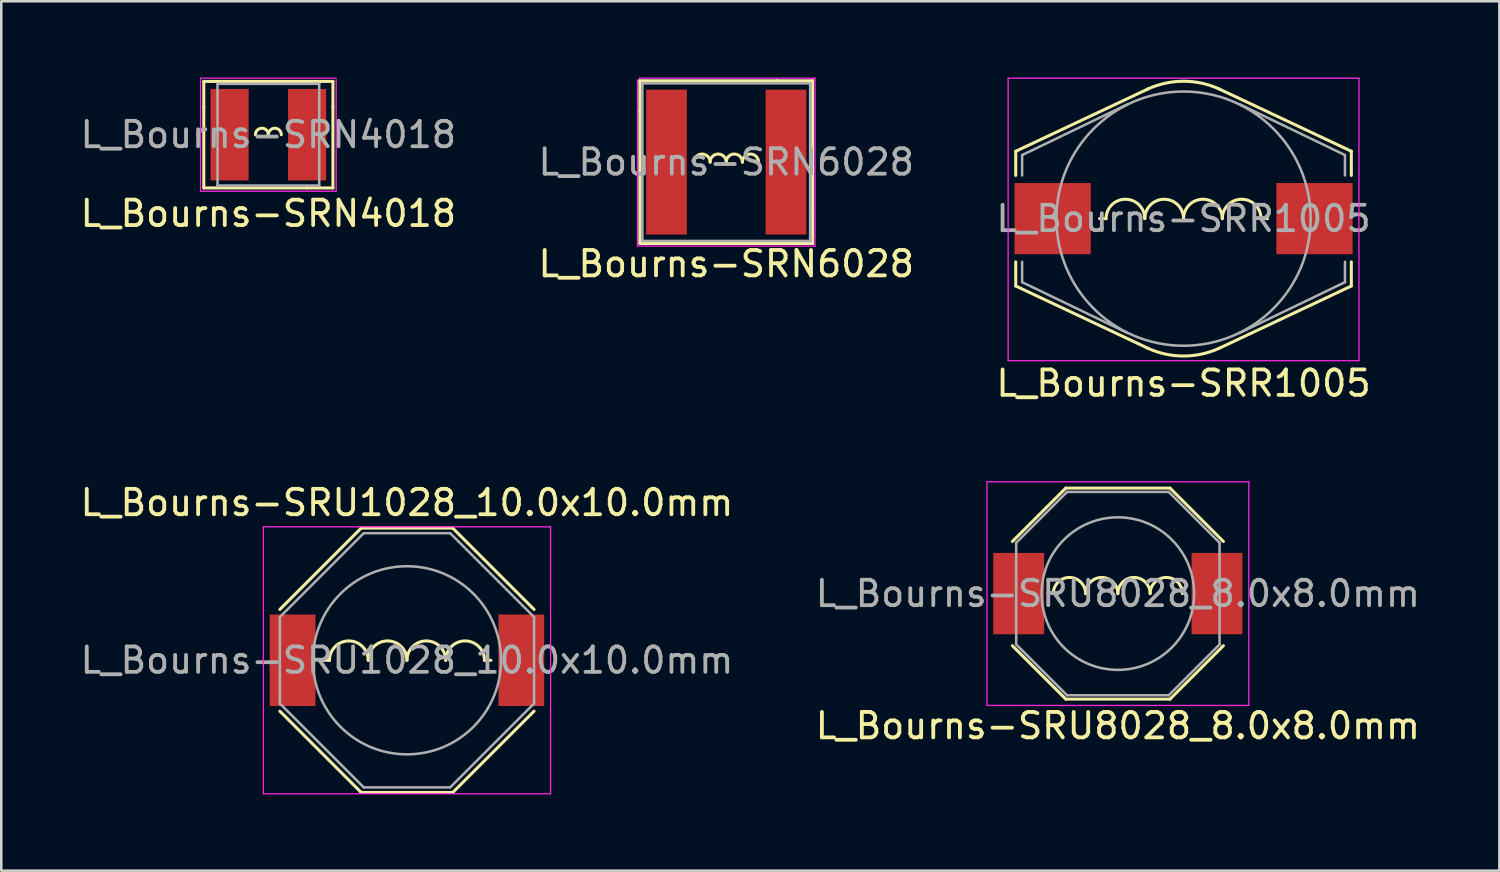
<source format=kicad_pcb>
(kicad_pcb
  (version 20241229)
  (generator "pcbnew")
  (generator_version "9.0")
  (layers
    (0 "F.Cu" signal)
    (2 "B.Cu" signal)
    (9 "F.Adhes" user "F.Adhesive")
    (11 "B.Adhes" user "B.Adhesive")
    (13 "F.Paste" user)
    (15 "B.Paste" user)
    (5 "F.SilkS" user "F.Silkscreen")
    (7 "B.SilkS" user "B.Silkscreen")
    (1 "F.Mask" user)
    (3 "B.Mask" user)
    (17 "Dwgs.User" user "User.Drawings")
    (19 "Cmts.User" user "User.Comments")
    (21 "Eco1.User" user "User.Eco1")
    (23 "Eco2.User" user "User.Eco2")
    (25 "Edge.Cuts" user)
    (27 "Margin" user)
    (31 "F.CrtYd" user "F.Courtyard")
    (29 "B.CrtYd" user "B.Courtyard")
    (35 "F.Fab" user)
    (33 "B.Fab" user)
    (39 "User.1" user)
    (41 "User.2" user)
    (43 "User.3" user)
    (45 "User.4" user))
  (footprint "L_Bourns-SRN4018"
    (layer "F.Cu")
    (at 7.506 2.248)
    (property "Reference" "L_Bourns-SRN4018" (at 0 3.1 0) (layer "F.SilkS") (effects (font (size 1 1) (thickness 0.15))))
    (attr smd)
    (fp_line (start -2.54 -2.095) (end -2.54 -1.085) (stroke (width 0.12) (type solid)) (layer "F.SilkS"))
    (fp_line (start -2.54 -2.095) (end 1.36 -2.095) (stroke (width 0.12) (type solid)) (layer "F.SilkS"))
    (fp_line (start -2.54 2.095) (end -2.54 -1.085) (stroke (width 0.12) (type solid)) (layer "F.SilkS"))
    (fp_line (start -2.54 2.095) (end 1.524 2.095) (stroke (width 0.12) (type solid)) (layer "F.SilkS"))
    (fp_line (start 2.54 -2.095) (end 1.36 -2.095) (stroke (width 0.12) (type solid)) (layer "F.SilkS"))
    (fp_line (start 2.54 -2.095) (end 2.54 -1.085) (stroke (width 0.12) (type solid)) (layer "F.SilkS"))
    (fp_line (start 2.54 2.095) (end 1.515 2.095) (stroke (width 0.12) (type solid)) (layer "F.SilkS"))
    (fp_line (start 2.54 2.095) (end 2.54 -1.085) (stroke (width 0.12) (type solid)) (layer "F.SilkS"))
    (fp_arc (start -0.508 0) (mid -0.254 -0.254) (end 0 0) (stroke (width 0.12) (type solid)) (layer "F.SilkS"))
    (fp_arc (start 0 0) (mid 0.254 -0.254) (end 0.508 0) (stroke (width 0.12) (type solid)) (layer "F.SilkS"))
    (fp_line (start -2.667 -2.223) (end -2.667 2.223) (stroke (width 0.05) (type solid)) (layer "F.CrtYd"))
    (fp_line (start -2.667 -2.223) (end 2.667 -2.223) (stroke (width 0.05) (type solid)) (layer "F.CrtYd"))
    (fp_line (start -2.647 2.223) (end 2.667 2.223) (stroke (width 0.05) (type solid)) (layer "F.CrtYd"))
    (fp_line (start 2.667 -2.159) (end 2.667 2.223) (stroke (width 0.05) (type solid)) (layer "F.CrtYd"))
    (fp_line (start -2 -2) (end -2 2) (stroke (width 0.1) (type solid)) (layer "F.Fab"))
    (fp_line (start -2 -2) (end 2 -2) (stroke (width 0.1) (type solid)) (layer "F.Fab"))
    (fp_line (start 2 -2) (end 2 2) (stroke (width 0.1) (type solid)) (layer "F.Fab"))
    (fp_line (start 2 2) (end -2 2) (stroke (width 0.1) (type solid)) (layer "F.Fab"))
    (fp_text user "${REFERENCE}" (at 0 0 0) (layer "F.Fab") (effects (font (size 1 1) (thickness 0.15))))
    (pad "1" smd rect (at -1.525 0) (size 1.5 3.6) (layers "F.Cu" "F.Mask" "F.Paste"))
    (pad "2" smd rect (at 1.525 0) (size 1.5 3.6) (layers "F.Cu" "F.Mask" "F.Paste")))
  (footprint "L_Bourns-SRR1005"
    (layer "F.Cu")
    (at 43.506 5.55)
    (property "Reference" "L_Bourns-SRR1005" (at 0 6.477 0) (layer "F.SilkS") (effects (font (size 1 1) (thickness 0.15))))
    (attr smd)
    (fp_line (start -6.6 -2.65) (end -6.6 -1.7) (stroke (width 0.12) (type solid)) (layer "F.SilkS"))
    (fp_line (start -6.6 -2.65) (end -1.4 -5.1) (stroke (width 0.12) (type solid)) (layer "F.SilkS"))
    (fp_line (start -6.6 2.65) (end -6.6 1.7) (stroke (width 0.12) (type solid)) (layer "F.SilkS"))
    (fp_line (start -6.6 2.65) (end -1.4 5.1) (stroke (width 0.12) (type solid)) (layer "F.SilkS"))
    (fp_line (start -3.048 0) (end -3.302 0) (stroke (width 0.12) (type solid)) (layer "F.SilkS"))
    (fp_line (start 3.302 0) (end 3.048 0) (stroke (width 0.12) (type solid)) (layer "F.SilkS"))
    (fp_line (start 6.6 -2.65) (end 1.4 -5.1) (stroke (width 0.12) (type solid)) (layer "F.SilkS"))
    (fp_line (start 6.6 -2.65) (end 6.6 -1.7) (stroke (width 0.12) (type solid)) (layer "F.SilkS"))
    (fp_line (start 6.6 2.65) (end 1.4 5.1) (stroke (width 0.12) (type solid)) (layer "F.SilkS"))
    (fp_line (start 6.6 2.65) (end 6.6 1.7) (stroke (width 0.12) (type solid)) (layer "F.SilkS"))
    (fp_arc (start -3.048 0) (mid -2.286 -0.762) (end -1.524 0) (stroke (width 0.12) (type solid)) (layer "F.SilkS"))
    (fp_arc (start -1.524 0) (mid -0.762 -0.762) (end 0 0) (stroke (width 0.12) (type solid)) (layer "F.SilkS"))
    (fp_arc (start -1.4 -5.099999) (mid 0 -5.404331) (end 1.399999 -5.099999) (stroke (width 0.12) (type solid)) (layer "F.SilkS"))
    (fp_arc (start 0 0) (mid 0.762 -0.762) (end 1.524 0) (stroke (width 0.12) (type solid)) (layer "F.SilkS"))
    (fp_arc (start 1.4 5.099999) (mid 0 5.404331) (end -1.399999 5.099999) (stroke (width 0.12) (type solid)) (layer "F.SilkS"))
    (fp_arc (start 1.524 0) (mid 2.286 -0.762) (end 3.048 0) (stroke (width 0.12) (type solid)) (layer "F.SilkS"))
    (fp_line (start -6.9 -5.524) (end -6.9 5.588) (stroke (width 0.05) (type solid)) (layer "F.CrtYd"))
    (fp_line (start -6.9 -5.524) (end 6.9 -5.524) (stroke (width 0.05) (type solid)) (layer "F.CrtYd"))
    (fp_line (start -6.9 5.588) (end 6.9 5.588) (stroke (width 0.05) (type solid)) (layer "F.CrtYd"))
    (fp_line (start 6.9 -5.524) (end 6.9 5.588) (stroke (width 0.05) (type solid)) (layer "F.CrtYd"))
    (fp_line (start -6.35 -2.5) (end -2.2 -4.5) (stroke (width 0.1) (type solid)) (layer "F.Fab"))
    (fp_line (start -6.35 -1.7) (end -6.35 -2.5) (stroke (width 0.1) (type solid)) (layer "F.Fab"))
    (fp_line (start -6.35 2.5) (end -6.35 1.7) (stroke (width 0.1) (type solid)) (layer "F.Fab"))
    (fp_line (start -6.35 2.5) (end -2.2 4.5) (stroke (width 0.1) (type solid)) (layer "F.Fab"))
    (fp_line (start 6.35 -2.5) (end 2.2 -4.5) (stroke (width 0.1) (type solid)) (layer "F.Fab"))
    (fp_line (start 6.35 -1.7) (end 6.35 -2.5) (stroke (width 0.1) (type solid)) (layer "F.Fab"))
    (fp_line (start 6.35 2.5) (end 2.2 4.5) (stroke (width 0.1) (type solid)) (layer "F.Fab"))
    (fp_line (start 6.35 2.5) (end 6.35 1.7) (stroke (width 0.1) (type solid)) (layer "F.Fab"))
    (fp_circle (center 0 0) (end 0 -5) (stroke (width 0.1) (type solid)) (fill no) (layer "F.Fab"))
    (fp_text user "${REFERENCE}" (at 0 0 0) (layer "F.Fab") (effects (font (size 1 1) (thickness 0.15))))
    (pad "1" smd rect (at -5.15 0) (size 3 2.8) (layers "F.Cu" "F.Mask" "F.Paste"))
    (pad "2" smd rect (at 5.15 0) (size 3 2.8) (layers "F.Cu" "F.Mask" "F.Paste")))
  (footprint "L_Bourns-SRN6028"
    (layer "F.Cu")
    (at 25.518 3.327)
    (property "Reference" "L_Bourns-SRN6028" (at 0 4 0) (layer "F.SilkS") (effects (font (size 1 1) (thickness 0.15))))
    (attr smd)
    (fp_line (start -3.4 -3.2) (end -3.4 -2) (stroke (width 0.12) (type solid)) (layer "F.SilkS"))
    (fp_line (start -3.4 -3.2) (end 2 -3.2) (stroke (width 0.12) (type solid)) (layer "F.SilkS"))
    (fp_line (start -3.4 3.2) (end -3.4 -2) (stroke (width 0.12) (type solid)) (layer "F.SilkS"))
    (fp_line (start -3.4 3.2) (end -2 3.2) (stroke (width 0.12) (type solid)) (layer "F.SilkS"))
    (fp_line (start 3.4 -3.2) (end 2 -3.2) (stroke (width 0.12) (type solid)) (layer "F.SilkS"))
    (fp_line (start 3.4 -3.2) (end 3.4 2) (stroke (width 0.12) (type solid)) (layer "F.SilkS"))
    (fp_line (start 3.4 3.2) (end -2 3.2) (stroke (width 0.12) (type solid)) (layer "F.SilkS"))
    (fp_line (start 3.4 3.2) (end 3.4 2) (stroke (width 0.12) (type solid)) (layer "F.SilkS"))
    (fp_arc (start -1.27 0) (mid -0.9525 -0.3175) (end -0.635 0) (stroke (width 0.12) (type solid)) (layer "F.SilkS"))
    (fp_arc (start -0.635 0) (mid -0.3175 -0.3175) (end 0 0) (stroke (width 0.12) (type solid)) (layer "F.SilkS"))
    (fp_arc (start 0 0) (mid 0.3175 -0.3175) (end 0.635 0) (stroke (width 0.12) (type solid)) (layer "F.SilkS"))
    (fp_arc (start 0.635 0) (mid 0.9525 -0.3175) (end 1.27 0) (stroke (width 0.12) (type solid)) (layer "F.SilkS"))
    (fp_line (start -3.493 -3.239) (end -3.493 3.302) (stroke (width 0.05) (type solid)) (layer "F.CrtYd"))
    (fp_line (start -3.429 -3.302) (end 3.493 -3.302) (stroke (width 0.05) (type solid)) (layer "F.CrtYd"))
    (fp_line (start 3.493 -3.302) (end 3.493 3.302) (stroke (width 0.05) (type solid)) (layer "F.CrtYd"))
    (fp_line (start 3.493 3.302) (end -3.493 3.302) (stroke (width 0.05) (type solid)) (layer "F.CrtYd"))
    (fp_line (start -3.3 -3.1) (end -3.3 3.1) (stroke (width 0.1) (type solid)) (layer "F.Fab"))
    (fp_line (start -3.3 -3.1) (end 3.3 -3.1) (stroke (width 0.1) (type solid)) (layer "F.Fab"))
    (fp_line (start 3.3 -3.1) (end 3.3 3.1) (stroke (width 0.1) (type solid)) (layer "F.Fab"))
    (fp_line (start 3.3 3.1) (end -3.3 3.1) (stroke (width 0.1) (type solid)) (layer "F.Fab"))
    (fp_text user "${REFERENCE}" (at 0 0 0) (layer "F.Fab") (effects (font (size 1 1) (thickness 0.15))))
    (pad "1" smd rect (at -2.35 0) (size 1.6 5.7) (layers "F.Cu" "F.Mask" "F.Paste"))
    (pad "2" smd rect (at 2.35 0) (size 1.6 5.7) (layers "F.Cu" "F.Mask" "F.Paste")))
  (footprint "L_Bourns-SRU8028_8.0x8.0mm"
    (layer "F.Cu")
    (at 40.923 20.3)
    (property "Reference" "L_Bourns-SRU8028_8.0x8.0mm" (at 0 5.2 0) (layer "F.SilkS") (effects (font (size 1 1) (thickness 0.15))))
    (attr smd)
    (fp_line (start -2.05 -4.15) (end -4.15 -2.05) (stroke (width 0.12) (type solid)) (layer "F.SilkS"))
    (fp_line (start -2.05 -4.15) (end 2.05 -4.15) (stroke (width 0.12) (type solid)) (layer "F.SilkS"))
    (fp_line (start -2.05 4.15) (end -4.15 2.05) (stroke (width 0.12) (type solid)) (layer "F.SilkS"))
    (fp_line (start 2.05 -4.15) (end 4.15 -2.05) (stroke (width 0.12) (type solid)) (layer "F.SilkS"))
    (fp_line (start 2.05 4.15) (end -2.05 4.15) (stroke (width 0.12) (type solid)) (layer "F.SilkS"))
    (fp_line (start 2.05 4.15) (end 4.15 2.05) (stroke (width 0.12) (type solid)) (layer "F.SilkS"))
    (fp_arc (start -2.54 0) (mid -1.905 -0.635) (end -1.27 0) (stroke (width 0.12) (type solid)) (layer "F.SilkS"))
    (fp_arc (start -1.27 0) (mid -0.635 -0.635) (end 0 0) (stroke (width 0.12) (type solid)) (layer "F.SilkS"))
    (fp_arc (start 0 0) (mid 0.635 -0.635) (end 1.27 0) (stroke (width 0.12) (type solid)) (layer "F.SilkS"))
    (fp_arc (start 1.27 0) (mid 1.905 -0.635) (end 2.54 0) (stroke (width 0.12) (type solid)) (layer "F.SilkS"))
    (fp_line (start -5.15 -4.4) (end 5.15 -4.4) (stroke (width 0.05) (type solid)) (layer "F.CrtYd"))
    (fp_line (start -5.15 4.4) (end -5.15 -4.4) (stroke (width 0.05) (type solid)) (layer "F.CrtYd"))
    (fp_line (start 5.15 -4.4) (end 5.15 4.4) (stroke (width 0.05) (type solid)) (layer "F.CrtYd"))
    (fp_line (start 5.15 4.4) (end -5.15 4.4) (stroke (width 0.05) (type solid)) (layer "F.CrtYd"))
    (fp_line (start -4 -2) (end -2 -4) (stroke (width 0.1) (type solid)) (layer "F.Fab"))
    (fp_line (start -4 2) (end -4 -2) (stroke (width 0.1) (type solid)) (layer "F.Fab"))
    (fp_line (start -2 -4) (end 2 -4) (stroke (width 0.1) (type solid)) (layer "F.Fab"))
    (fp_line (start -2 4) (end -4 2) (stroke (width 0.1) (type solid)) (layer "F.Fab"))
    (fp_line (start 2 -4) (end 4 -2) (stroke (width 0.1) (type solid)) (layer "F.Fab"))
    (fp_line (start 2 4) (end -2 4) (stroke (width 0.1) (type solid)) (layer "F.Fab"))
    (fp_line (start 4 -2) (end 4 2) (stroke (width 0.1) (type solid)) (layer "F.Fab"))
    (fp_line (start 4 2) (end 2 4) (stroke (width 0.1) (type solid)) (layer "F.Fab"))
    (fp_circle (center 0 0) (end 0 -3) (stroke (width 0.1) (type solid)) (fill no) (layer "F.Fab"))
    (fp_text user "${REFERENCE}" (at 0 0 0) (layer "F.Fab") (effects (font (size 1 1) (thickness 0.15))))
    (pad "1" smd rect (at -3.9 0) (size 2 3.2) (layers "F.Cu" "F.Mask" "F.Paste"))
    (pad "2" smd rect (at 3.9 0) (size 2 3.2) (layers "F.Cu" "F.Mask" "F.Paste")))
  (footprint "L_Bourns-SRU1028_10.0x10.0mm"
    (layer "F.Cu")
    (at 12.958 22.923)
    (property "Reference" "L_Bourns-SRU1028_10.0x10.0mm" (at 0 -6.2 0) (layer "F.SilkS") (effects (font (size 1 1) (thickness 0.15))))
    (attr smd)
    (fp_line (start -3.048 0) (end -3.302 0) (stroke (width 0.12) (type solid)) (layer "F.SilkS"))
    (fp_line (start -1.8 -5.2) (end -5 -2) (stroke (width 0.12) (type solid)) (layer "F.SilkS"))
    (fp_line (start -1.8 -5.2) (end 1.8 -5.2) (stroke (width 0.12) (type solid)) (layer "F.SilkS"))
    (fp_line (start -1.8 5.2) (end -5 2) (stroke (width 0.12) (type solid)) (layer "F.SilkS"))
    (fp_line (start 1.8 -5.2) (end 5 -2) (stroke (width 0.12) (type solid)) (layer "F.SilkS"))
    (fp_line (start 1.8 5.2) (end -1.8 5.2) (stroke (width 0.12) (type solid)) (layer "F.SilkS"))
    (fp_line (start 1.8 5.2) (end 5 2) (stroke (width 0.12) (type solid)) (layer "F.SilkS"))
    (fp_line (start 3.302 0) (end 3.048 0) (stroke (width 0.12) (type solid)) (layer "F.SilkS"))
    (fp_arc (start -3.048 0) (mid -2.286 -0.762) (end -1.524 0) (stroke (width 0.12) (type solid)) (layer "F.SilkS"))
    (fp_arc (start -1.524 0) (mid -0.762 -0.762) (end 0 0) (stroke (width 0.12) (type solid)) (layer "F.SilkS"))
    (fp_arc (start 0 0) (mid 0.762 -0.762) (end 1.524 0) (stroke (width 0.12) (type solid)) (layer "F.SilkS"))
    (fp_arc (start 1.524 0) (mid 2.286 -0.762) (end 3.048 0) (stroke (width 0.12) (type solid)) (layer "F.SilkS"))
    (fp_line (start -5.65 -5.25) (end 5.65 -5.25) (stroke (width 0.05) (type solid)) (layer "F.CrtYd"))
    (fp_line (start -5.65 5.25) (end -5.65 -5.25) (stroke (width 0.05) (type solid)) (layer "F.CrtYd"))
    (fp_line (start 5.65 -5.25) (end 5.65 5.25) (stroke (width 0.05) (type solid)) (layer "F.CrtYd"))
    (fp_line (start 5.65 5.25) (end -5.65 5.25) (stroke (width 0.05) (type solid)) (layer "F.CrtYd"))
    (fp_line (start -5 -1.7) (end -1.7 -5) (stroke (width 0.1) (type solid)) (layer "F.Fab"))
    (fp_line (start -5 1.7) (end -5 -1.7) (stroke (width 0.1) (type solid)) (layer "F.Fab"))
    (fp_line (start -1.7 -5) (end 1.7 -5) (stroke (width 0.1) (type solid)) (layer "F.Fab"))
    (fp_line (start -1.7 5) (end -5 1.7) (stroke (width 0.1) (type solid)) (layer "F.Fab"))
    (fp_line (start 1.7 -5) (end 5 -1.7) (stroke (width 0.1) (type solid)) (layer "F.Fab"))
    (fp_line (start 1.7 5) (end -1.7 5) (stroke (width 0.1) (type solid)) (layer "F.Fab"))
    (fp_line (start 5 -1.7) (end 5 1.7) (stroke (width 0.1) (type solid)) (layer "F.Fab"))
    (fp_line (start 5 1.7) (end 1.7 5) (stroke (width 0.1) (type solid)) (layer "F.Fab"))
    (fp_circle (center 0 0) (end 3.7 0) (stroke (width 0.1) (type solid)) (fill no) (layer "F.Fab"))
    (fp_text user "${REFERENCE}" (at 0 0 0) (layer "F.Fab") (effects (font (size 1 1) (thickness 0.15))))
    (pad "1" smd rect (at -4.5 0) (size 1.8 3.6) (layers "F.Cu" "F.Mask" "F.Paste"))
    (pad "2" smd rect (at 4.5 0) (size 1.8 3.6) (layers "F.Cu" "F.Mask" "F.Paste")))
  (gr_rect
    (start -3 -3)
    (end 55.929 31.198)
    (stroke (width 0.1) (type default))
    (fill no)
    (layer "Edge.Cuts")))
</source>
